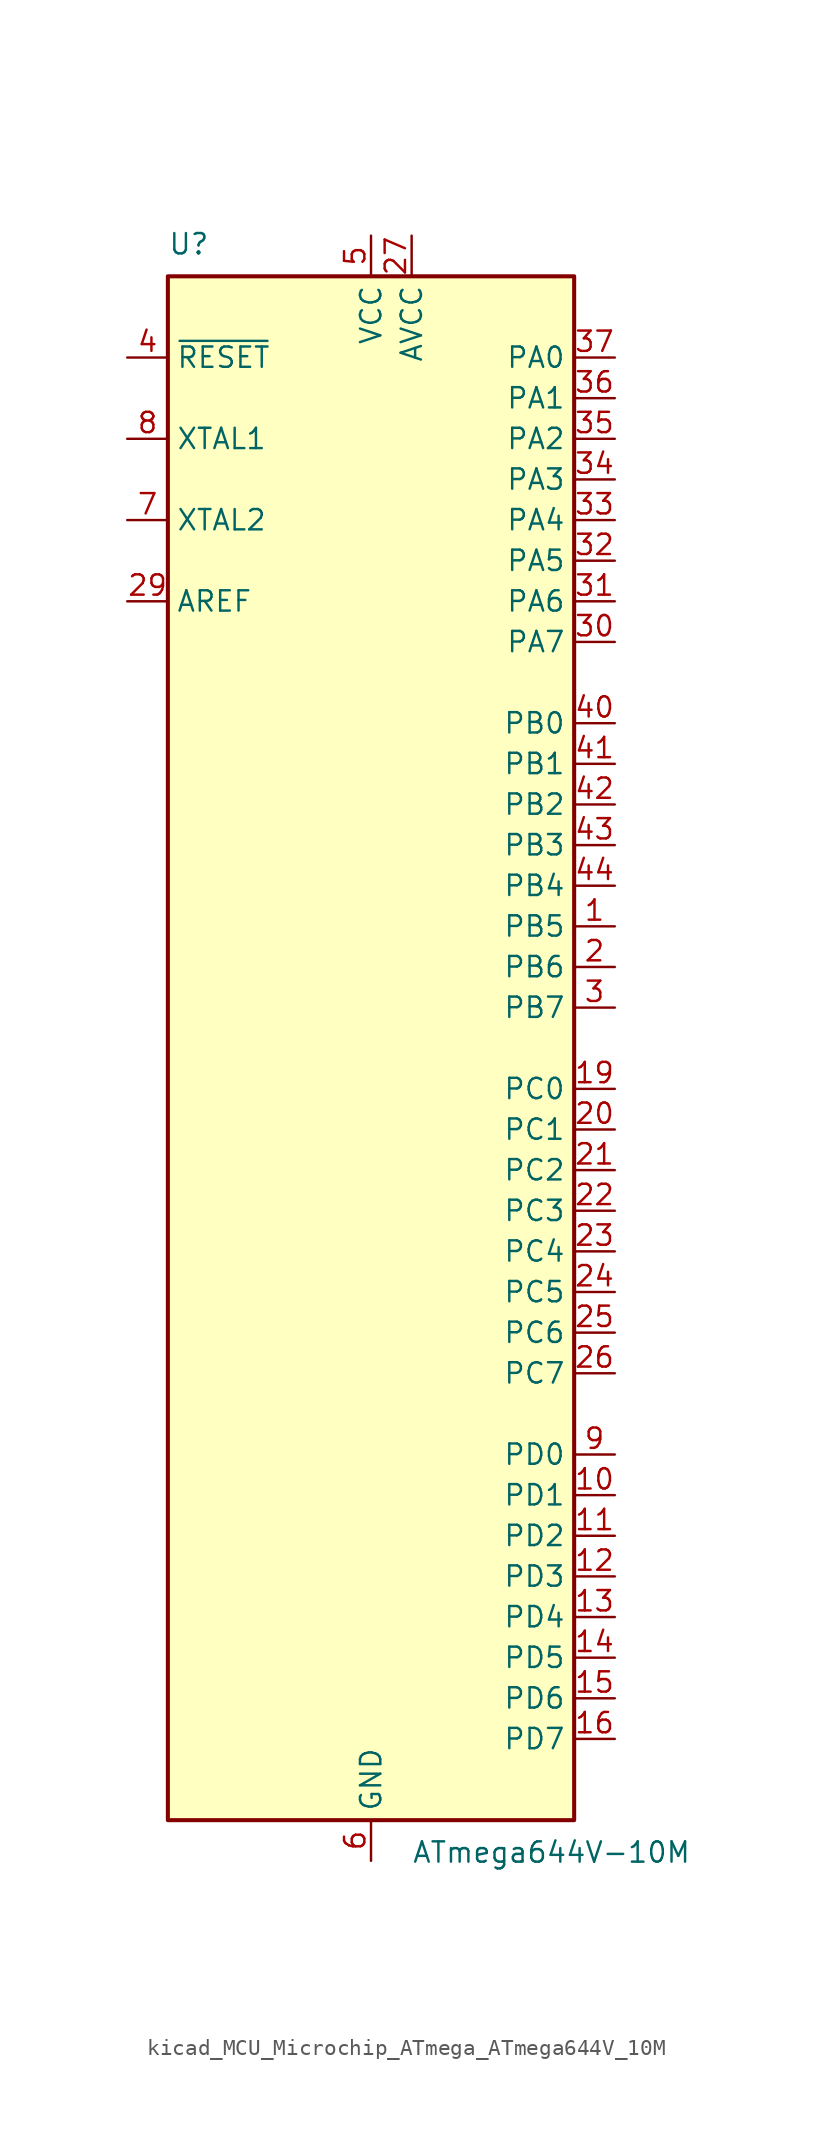
<source format=kicad_sym>
(kicad_symbol_lib
  (version 20220914)
  (generator kicad_symbol_editor)
  (symbol "kicad_MCU_Microchip_ATmega_ATmega644V_10M"
    (property "Reference" "U"
      (at -12.7 49.53 0)
      (effects (font (size 1.27 1.27)) (justify left bottom)))
    (property "Value" "ATmega644V-10M"
      (at 2.54 -49.53 0)
      (effects (font (size 1.27 1.27)) (justify left top)))
    (symbol "kicad_MCU_Microchip_ATmega_ATmega644V_10M_0_1"
      (rectangle (start -12.7 -48.26) (end 12.7 48.26) (stroke (width 0.254) (type default)) (fill (type background))))
    (symbol "kicad_MCU_Microchip_ATmega_ATmega644V_10M_1_1"
      (pin bidirectional line (at 15.24 7.62 180) (length 2.54) (name "PB5" (effects (font (size 1.27 1.27)))) (number "1" (effects (font (size 1.27 1.27)))))
      (pin bidirectional line (at 15.24 -27.94 180) (length 2.54) (name "PD1" (effects (font (size 1.27 1.27)))) (number "10" (effects (font (size 1.27 1.27)))))
      (pin bidirectional line (at 15.24 -30.48 180) (length 2.54) (name "PD2" (effects (font (size 1.27 1.27)))) (number "11" (effects (font (size 1.27 1.27)))))
      (pin bidirectional line (at 15.24 -33.02 180) (length 2.54) (name "PD3" (effects (font (size 1.27 1.27)))) (number "12" (effects (font (size 1.27 1.27)))))
      (pin bidirectional line (at 15.24 -35.56 180) (length 2.54) (name "PD4" (effects (font (size 1.27 1.27)))) (number "13" (effects (font (size 1.27 1.27)))))
      (pin bidirectional line (at 15.24 -38.1 180) (length 2.54) (name "PD5" (effects (font (size 1.27 1.27)))) (number "14" (effects (font (size 1.27 1.27)))))
      (pin bidirectional line (at 15.24 -40.64 180) (length 2.54) (name "PD6" (effects (font (size 1.27 1.27)))) (number "15" (effects (font (size 1.27 1.27)))))
      (pin bidirectional line (at 15.24 -43.18 180) (length 2.54) (name "PD7" (effects (font (size 1.27 1.27)))) (number "16" (effects (font (size 1.27 1.27)))))
      (pin passive line (at 0 50.8 270) (length 2.54) hide (name "VCC" (effects (font (size 1.27 1.27)))) (number "17" (effects (font (size 1.27 1.27)))))
      (pin passive line (at 0 -50.8 90) (length 2.54) hide (name "GND" (effects (font (size 1.27 1.27)))) (number "18" (effects (font (size 1.27 1.27)))))
      (pin bidirectional line (at 15.24 -2.54 180) (length 2.54) (name "PC0" (effects (font (size 1.27 1.27)))) (number "19" (effects (font (size 1.27 1.27)))))
      (pin bidirectional line (at 15.24 5.08 180) (length 2.54) (name "PB6" (effects (font (size 1.27 1.27)))) (number "2" (effects (font (size 1.27 1.27)))))
      (pin bidirectional line (at 15.24 -5.08 180) (length 2.54) (name "PC1" (effects (font (size 1.27 1.27)))) (number "20" (effects (font (size 1.27 1.27)))))
      (pin bidirectional line (at 15.24 -7.62 180) (length 2.54) (name "PC2" (effects (font (size 1.27 1.27)))) (number "21" (effects (font (size 1.27 1.27)))))
      (pin bidirectional line (at 15.24 -10.16 180) (length 2.54) (name "PC3" (effects (font (size 1.27 1.27)))) (number "22" (effects (font (size 1.27 1.27)))))
      (pin bidirectional line (at 15.24 -12.7 180) (length 2.54) (name "PC4" (effects (font (size 1.27 1.27)))) (number "23" (effects (font (size 1.27 1.27)))))
      (pin bidirectional line (at 15.24 -15.24 180) (length 2.54) (name "PC5" (effects (font (size 1.27 1.27)))) (number "24" (effects (font (size 1.27 1.27)))))
      (pin bidirectional line (at 15.24 -17.78 180) (length 2.54) (name "PC6" (effects (font (size 1.27 1.27)))) (number "25" (effects (font (size 1.27 1.27)))))
      (pin bidirectional line (at 15.24 -20.32 180) (length 2.54) (name "PC7" (effects (font (size 1.27 1.27)))) (number "26" (effects (font (size 1.27 1.27)))))
      (pin power_in line (at 2.54 50.8 270) (length 2.54) (name "AVCC" (effects (font (size 1.27 1.27)))) (number "27" (effects (font (size 1.27 1.27)))))
      (pin passive line (at 0 -50.8 90) (length 2.54) hide (name "GND" (effects (font (size 1.27 1.27)))) (number "28" (effects (font (size 1.27 1.27)))))
      (pin passive line (at -15.24 27.94 0) (length 2.54) (name "AREF" (effects (font (size 1.27 1.27)))) (number "29" (effects (font (size 1.27 1.27)))))
      (pin bidirectional line (at 15.24 2.54 180) (length 2.54) (name "PB7" (effects (font (size 1.27 1.27)))) (number "3" (effects (font (size 1.27 1.27)))))
      (pin bidirectional line (at 15.24 25.4 180) (length 2.54) (name "PA7" (effects (font (size 1.27 1.27)))) (number "30" (effects (font (size 1.27 1.27)))))
      (pin bidirectional line (at 15.24 27.94 180) (length 2.54) (name "PA6" (effects (font (size 1.27 1.27)))) (number "31" (effects (font (size 1.27 1.27)))))
      (pin bidirectional line (at 15.24 30.48 180) (length 2.54) (name "PA5" (effects (font (size 1.27 1.27)))) (number "32" (effects (font (size 1.27 1.27)))))
      (pin bidirectional line (at 15.24 33.02 180) (length 2.54) (name "PA4" (effects (font (size 1.27 1.27)))) (number "33" (effects (font (size 1.27 1.27)))))
      (pin bidirectional line (at 15.24 35.56 180) (length 2.54) (name "PA3" (effects (font (size 1.27 1.27)))) (number "34" (effects (font (size 1.27 1.27)))))
      (pin bidirectional line (at 15.24 38.1 180) (length 2.54) (name "PA2" (effects (font (size 1.27 1.27)))) (number "35" (effects (font (size 1.27 1.27)))))
      (pin bidirectional line (at 15.24 40.64 180) (length 2.54) (name "PA1" (effects (font (size 1.27 1.27)))) (number "36" (effects (font (size 1.27 1.27)))))
      (pin bidirectional line (at 15.24 43.18 180) (length 2.54) (name "PA0" (effects (font (size 1.27 1.27)))) (number "37" (effects (font (size 1.27 1.27)))))
      (pin passive line (at 0 50.8 270) (length 2.54) hide (name "VCC" (effects (font (size 1.27 1.27)))) (number "38" (effects (font (size 1.27 1.27)))))
      (pin passive line (at 0 -50.8 90) (length 2.54) hide (name "GND" (effects (font (size 1.27 1.27)))) (number "39" (effects (font (size 1.27 1.27)))))
      (pin input line (at -15.24 43.18 0) (length 2.54) (name "~{RESET}" (effects (font (size 1.27 1.27)))) (number "4" (effects (font (size 1.27 1.27)))))
      (pin bidirectional line (at 15.24 20.32 180) (length 2.54) (name "PB0" (effects (font (size 1.27 1.27)))) (number "40" (effects (font (size 1.27 1.27)))))
      (pin bidirectional line (at 15.24 17.78 180) (length 2.54) (name "PB1" (effects (font (size 1.27 1.27)))) (number "41" (effects (font (size 1.27 1.27)))))
      (pin bidirectional line (at 15.24 15.24 180) (length 2.54) (name "PB2" (effects (font (size 1.27 1.27)))) (number "42" (effects (font (size 1.27 1.27)))))
      (pin bidirectional line (at 15.24 12.7 180) (length 2.54) (name "PB3" (effects (font (size 1.27 1.27)))) (number "43" (effects (font (size 1.27 1.27)))))
      (pin bidirectional line (at 15.24 10.16 180) (length 2.54) (name "PB4" (effects (font (size 1.27 1.27)))) (number "44" (effects (font (size 1.27 1.27)))))
      (pin passive line (at 0 -50.8 90) (length 2.54) hide (name "GND" (effects (font (size 1.27 1.27)))) (number "45" (effects (font (size 1.27 1.27)))))
      (pin power_in line (at 0 50.8 270) (length 2.54) (name "VCC" (effects (font (size 1.27 1.27)))) (number "5" (effects (font (size 1.27 1.27)))))
      (pin power_in line (at 0 -50.8 90) (length 2.54) (name "GND" (effects (font (size 1.27 1.27)))) (number "6" (effects (font (size 1.27 1.27)))))
      (pin output line (at -15.24 33.02 0) (length 2.54) (name "XTAL2" (effects (font (size 1.27 1.27)))) (number "7" (effects (font (size 1.27 1.27)))))
      (pin input line (at -15.24 38.1 0) (length 2.54) (name "XTAL1" (effects (font (size 1.27 1.27)))) (number "8" (effects (font (size 1.27 1.27)))))
      (pin bidirectional line (at 15.24 -25.4 180) (length 2.54) (name "PD0" (effects (font (size 1.27 1.27)))) (number "9" (effects (font (size 1.27 1.27))))))))
</source>
